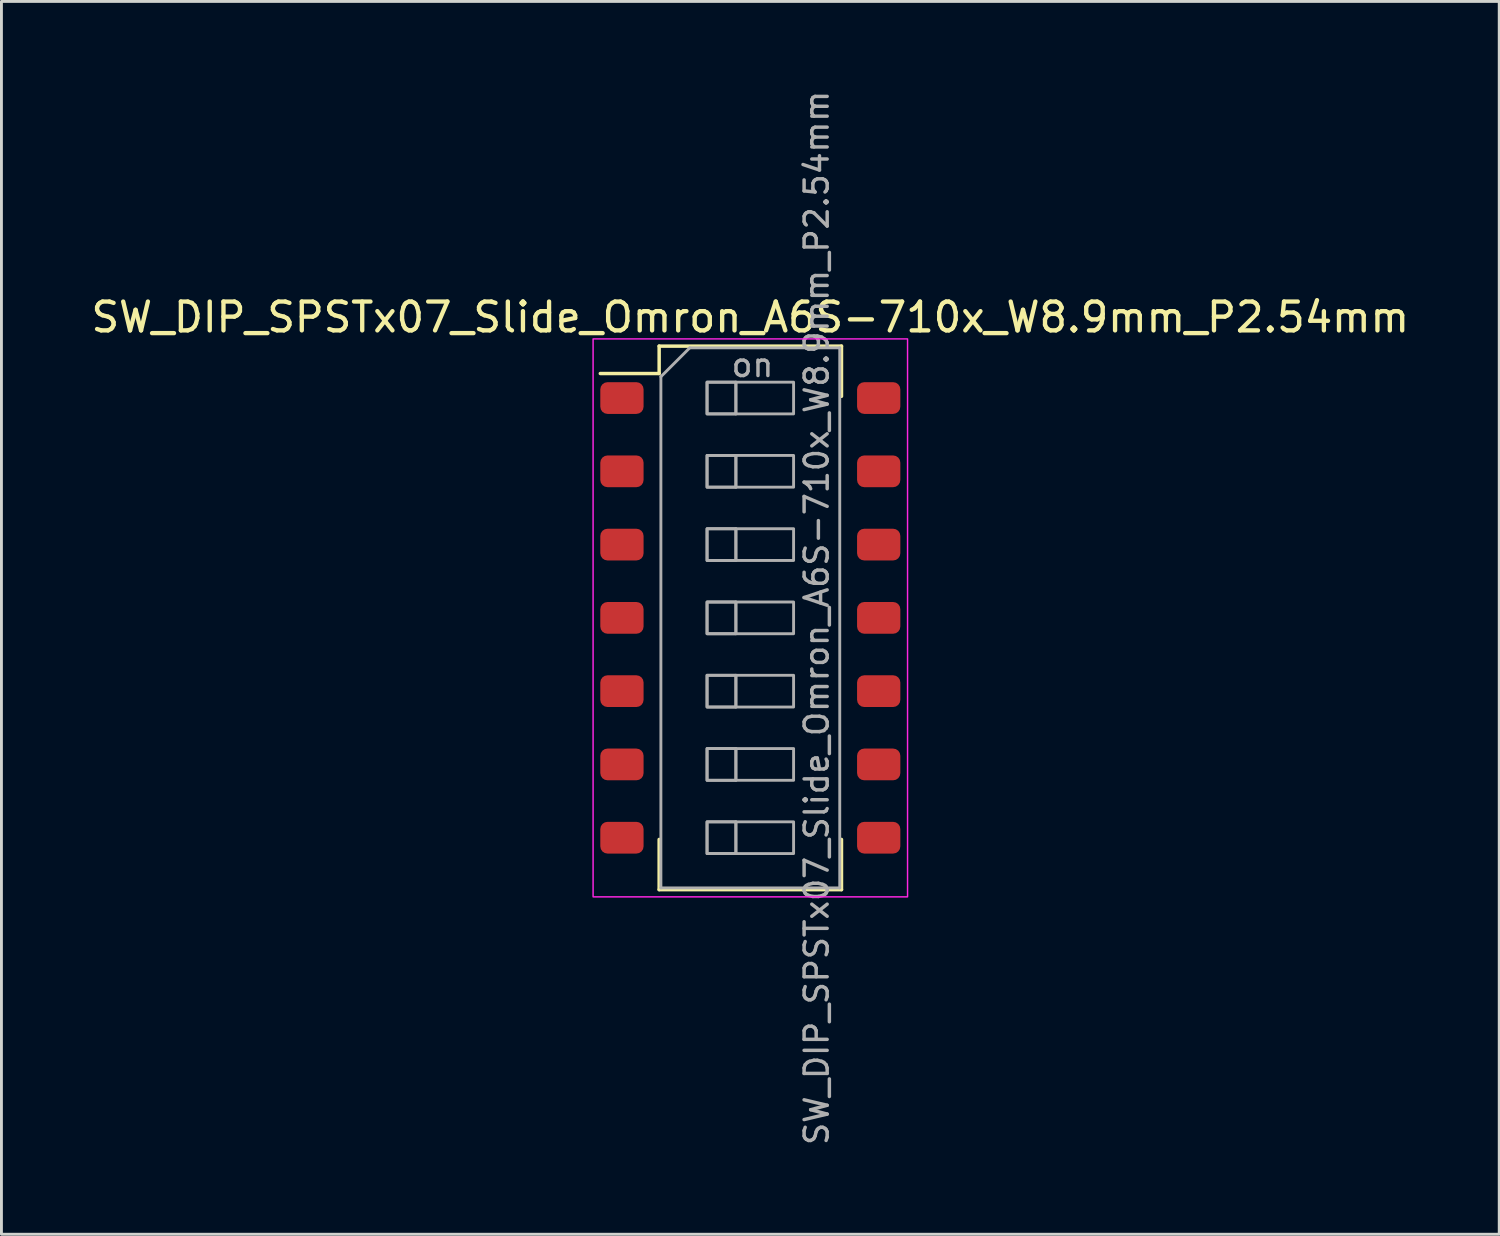
<source format=kicad_pcb>
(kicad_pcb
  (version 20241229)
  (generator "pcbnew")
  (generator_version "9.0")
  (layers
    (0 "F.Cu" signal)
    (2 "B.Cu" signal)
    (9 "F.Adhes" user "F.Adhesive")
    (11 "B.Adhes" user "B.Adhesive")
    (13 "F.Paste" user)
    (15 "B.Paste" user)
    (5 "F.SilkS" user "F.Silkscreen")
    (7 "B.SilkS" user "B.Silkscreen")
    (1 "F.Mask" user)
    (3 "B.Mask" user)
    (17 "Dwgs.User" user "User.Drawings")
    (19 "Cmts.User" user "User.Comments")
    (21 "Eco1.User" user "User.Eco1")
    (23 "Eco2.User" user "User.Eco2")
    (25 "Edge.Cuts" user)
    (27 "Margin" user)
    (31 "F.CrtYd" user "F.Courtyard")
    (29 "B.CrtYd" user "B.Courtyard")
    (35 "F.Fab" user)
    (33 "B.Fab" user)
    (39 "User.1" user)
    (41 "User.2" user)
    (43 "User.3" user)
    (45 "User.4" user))
  (footprint "SW_DIP_SPSTx07_Slide_Omron_A6S-710x_W8.9mm_P2.54mm"
    (layer "F.Cu")
    (at 22.958 18.367)
    (property "Reference" "SW_DIP_SPSTx07_Slide_Omron_A6S-710x_W8.9mm_P2.54mm" (at 0 -10.42 0) (layer "F.SilkS") (effects (font (size 1 1) (thickness 0.15))))
    (attr smd)
    (fp_line (start -5.2 -8.47) (end -3.16 -8.47) (stroke (width 0.12) (type solid)) (layer "F.SilkS"))
    (fp_line (start -3.16 -9.42) (end -3.16 -8.47) (stroke (width 0.12) (type solid)) (layer "F.SilkS"))
    (fp_line (start -3.16 -9.42) (end 3.16 -9.42) (stroke (width 0.12) (type solid)) (layer "F.SilkS"))
    (fp_line (start -3.16 9.42) (end -3.16 7.68) (stroke (width 0.12) (type solid)) (layer "F.SilkS"))
    (fp_line (start -3.16 9.42) (end 3.16 9.42) (stroke (width 0.12) (type solid)) (layer "F.SilkS"))
    (fp_line (start 3.16 -9.42) (end 3.16 -7.68) (stroke (width 0.12) (type solid)) (layer "F.SilkS"))
    (fp_line (start 3.16 9.42) (end 3.16 7.68) (stroke (width 0.12) (type solid)) (layer "F.SilkS"))
    (fp_rect (start -5.45 -9.67) (end 5.45 9.67) (stroke (width 0.05) (type solid)) (fill no) (layer "F.CrtYd"))
    (fp_line (start -3.1 -8.36) (end -2.1 -9.36) (stroke (width 0.1) (type solid)) (layer "F.Fab"))
    (fp_line (start -3.1 9.36) (end -3.1 -8.36) (stroke (width 0.1) (type solid)) (layer "F.Fab"))
    (fp_line (start -2.1 -9.36) (end 3.1 -9.36) (stroke (width 0.1) (type solid)) (layer "F.Fab"))
    (fp_line (start -0.5 -8.17) (end -0.5 -7.07) (stroke (width 0.1) (type solid)) (layer "F.Fab"))
    (fp_line (start -0.5 -5.63) (end -0.5 -4.53) (stroke (width 0.1) (type solid)) (layer "F.Fab"))
    (fp_line (start -0.5 -3.09) (end -0.5 -1.99) (stroke (width 0.1) (type solid)) (layer "F.Fab"))
    (fp_line (start -0.5 -0.55) (end -0.5 0.55) (stroke (width 0.1) (type solid)) (layer "F.Fab"))
    (fp_line (start -0.5 1.99) (end -0.5 3.09) (stroke (width 0.1) (type solid)) (layer "F.Fab"))
    (fp_line (start -0.5 4.53) (end -0.5 5.63) (stroke (width 0.1) (type solid)) (layer "F.Fab"))
    (fp_line (start -0.5 7.07) (end -0.5 8.17) (stroke (width 0.1) (type solid)) (layer "F.Fab"))
    (fp_line (start 3.1 -9.36) (end 3.1 9.36) (stroke (width 0.1) (type solid)) (layer "F.Fab"))
    (fp_line (start 3.1 9.36) (end -3.1 9.36) (stroke (width 0.1) (type solid)) (layer "F.Fab"))
    (fp_rect (start -1.5 -8.17) (end -0.5 -7.07) (stroke (width 0.1) (type solid)) (fill no) (layer "F.Fab"))
    (fp_rect (start -1.5 -8.17) (end 1.5 -7.07) (stroke (width 0.1) (type solid)) (fill no) (layer "F.Fab"))
    (fp_rect (start -1.5 -5.63) (end -0.5 -4.53) (stroke (width 0.1) (type solid)) (fill no) (layer "F.Fab"))
    (fp_rect (start -1.5 -5.63) (end 1.5 -4.53) (stroke (width 0.1) (type solid)) (fill no) (layer "F.Fab"))
    (fp_rect (start -1.5 -3.09) (end -0.5 -1.99) (stroke (width 0.1) (type solid)) (fill no) (layer "F.Fab"))
    (fp_rect (start -1.5 -3.09) (end 1.5 -1.99) (stroke (width 0.1) (type solid)) (fill no) (layer "F.Fab"))
    (fp_rect (start -1.5 -0.55) (end -0.5 0.55) (stroke (width 0.1) (type solid)) (fill no) (layer "F.Fab"))
    (fp_rect (start -1.5 -0.55) (end 1.5 0.55) (stroke (width 0.1) (type solid)) (fill no) (layer "F.Fab"))
    (fp_rect (start -1.5 1.99) (end -0.5 3.09) (stroke (width 0.1) (type solid)) (fill no) (layer "F.Fab"))
    (fp_rect (start -1.5 1.99) (end 1.5 3.09) (stroke (width 0.1) (type solid)) (fill no) (layer "F.Fab"))
    (fp_rect (start -1.5 4.53) (end -0.5 5.63) (stroke (width 0.1) (type solid)) (fill no) (layer "F.Fab"))
    (fp_rect (start -1.5 4.53) (end 1.5 5.63) (stroke (width 0.1) (type solid)) (fill no) (layer "F.Fab"))
    (fp_rect (start -1.5 7.07) (end -0.5 8.17) (stroke (width 0.1) (type solid)) (fill no) (layer "F.Fab"))
    (fp_rect (start -1.5 7.07) (end 1.5 8.17) (stroke (width 0.1) (type solid)) (fill no) (layer "F.Fab"))
    (fp_text user "on" (at 0.075 -8.765 0) (layer "F.Fab") (effects (font (size 0.8 0.8) (thickness 0.12))))
    (fp_text user "${REFERENCE}" (at 2.3 0 90) (layer "F.Fab") (effects (font (size 0.8 0.8) (thickness 0.12))))
    (pad "1" smd roundrect (at -4.45 -7.62) (size 1.5 1.1) (layers "F.Cu" "F.Mask" "F.Paste") (roundrect_rratio 0.227))
    (pad "2" smd roundrect (at -4.45 -5.08) (size 1.5 1.1) (layers "F.Cu" "F.Mask" "F.Paste") (roundrect_rratio 0.227))
    (pad "3" smd roundrect (at -4.45 -2.54) (size 1.5 1.1) (layers "F.Cu" "F.Mask" "F.Paste") (roundrect_rratio 0.227))
    (pad "4" smd roundrect (at -4.45 0) (size 1.5 1.1) (layers "F.Cu" "F.Mask" "F.Paste") (roundrect_rratio 0.227))
    (pad "5" smd roundrect (at -4.45 2.54) (size 1.5 1.1) (layers "F.Cu" "F.Mask" "F.Paste") (roundrect_rratio 0.227))
    (pad "6" smd roundrect (at -4.45 5.08) (size 1.5 1.1) (layers "F.Cu" "F.Mask" "F.Paste") (roundrect_rratio 0.227))
    (pad "7" smd roundrect (at -4.45 7.62) (size 1.5 1.1) (layers "F.Cu" "F.Mask" "F.Paste") (roundrect_rratio 0.227))
    (pad "8" smd roundrect (at 4.45 7.62) (size 1.5 1.1) (layers "F.Cu" "F.Mask" "F.Paste") (roundrect_rratio 0.227))
    (pad "9" smd roundrect (at 4.45 5.08) (size 1.5 1.1) (layers "F.Cu" "F.Mask" "F.Paste") (roundrect_rratio 0.227))
    (pad "10" smd roundrect (at 4.45 2.54) (size 1.5 1.1) (layers "F.Cu" "F.Mask" "F.Paste") (roundrect_rratio 0.227))
    (pad "11" smd roundrect (at 4.45 0) (size 1.5 1.1) (layers "F.Cu" "F.Mask" "F.Paste") (roundrect_rratio 0.227))
    (pad "12" smd roundrect (at 4.45 -2.54) (size 1.5 1.1) (layers "F.Cu" "F.Mask" "F.Paste") (roundrect_rratio 0.227))
    (pad "13" smd roundrect (at 4.45 -5.08) (size 1.5 1.1) (layers "F.Cu" "F.Mask" "F.Paste") (roundrect_rratio 0.227))
    (pad "14" smd roundrect (at 4.45 -7.62) (size 1.5 1.1) (layers "F.Cu" "F.Mask" "F.Paste") (roundrect_rratio 0.227)))
  (gr_rect
    (start -3 -3)
    (end 48.917 39.733)
    (stroke (width 0.1) (type default))
    (fill no)
    (layer "Edge.Cuts")))
</source>
